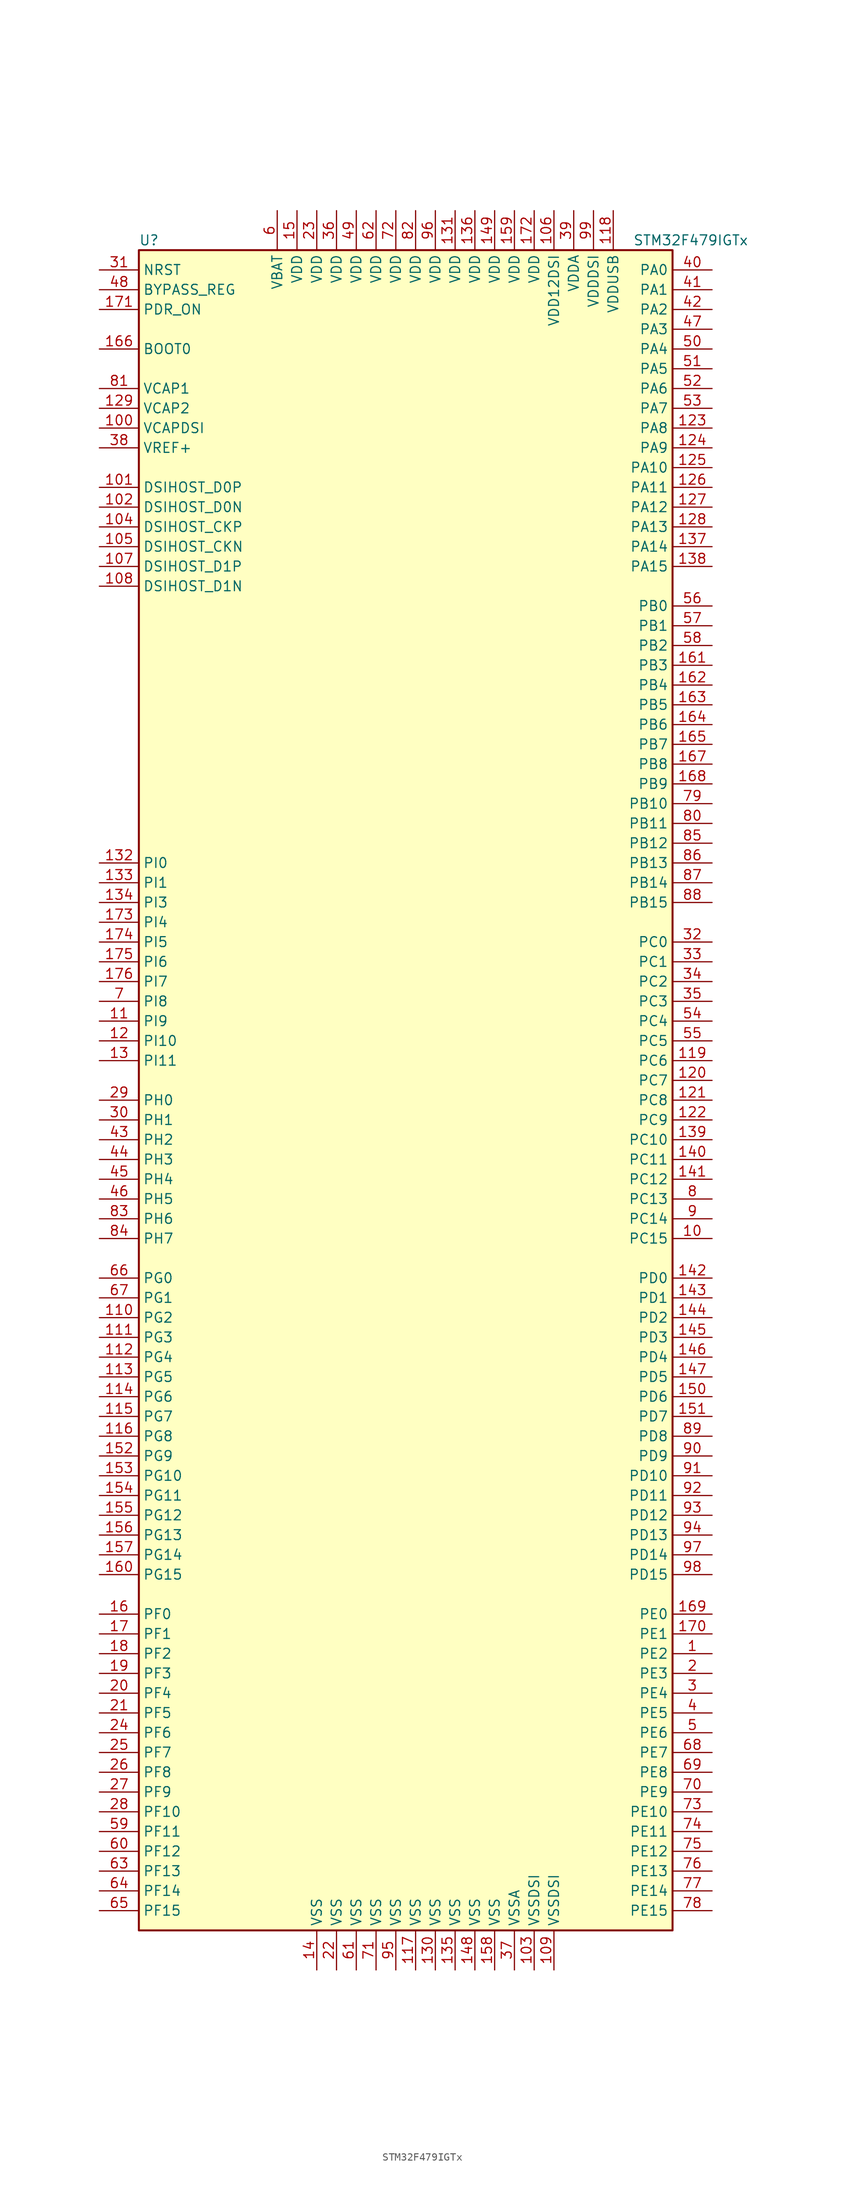
<source format=kicad_sym>
(kicad_symbol_lib
  (version 20220914)
  (generator kicad_symbol_editor)
  (symbol "STM32F479IGTx"
    (property "Reference" "U"
      (at -35.56 107.95 0)
      (effects (font (size 1.27 1.27)) (justify left)))
    (property "Value" "STM32F479IGTx"
      (at 27.94 107.95 0)
      (effects (font (size 1.27 1.27)) (justify left)))
    (symbol "STM32F479IGTx_0_1"
      (rectangle (start -35.56 -109.22) (end 33.02 106.68) (stroke (width 0.254) (type default)) (fill (type background))))
    (symbol "STM32F479IGTx_1_1"
      (pin bidirectional line (at 38.1 -73.66 180) (length 5.08) (name "PE2" (effects (font (size 1.27 1.27)))) (number "1" (effects (font (size 1.27 1.27)))))
      (pin bidirectional line (at 38.1 -20.32 180) (length 5.08) (name "PC15" (effects (font (size 1.27 1.27)))) (number "10" (effects (font (size 1.27 1.27)))))
      (pin power_in line (at -40.64 83.82 0) (length 5.08) (name "VCAPDSI" (effects (font (size 1.27 1.27)))) (number "100" (effects (font (size 1.27 1.27)))))
      (pin bidirectional line (at -40.64 76.2 0) (length 5.08) (name "DSIHOST_D0P" (effects (font (size 1.27 1.27)))) (number "101" (effects (font (size 1.27 1.27)))))
      (pin bidirectional line (at -40.64 73.66 0) (length 5.08) (name "DSIHOST_D0N" (effects (font (size 1.27 1.27)))) (number "102" (effects (font (size 1.27 1.27)))))
      (pin power_in line (at 15.24 -114.3 90) (length 5.08) (name "VSSDSI" (effects (font (size 1.27 1.27)))) (number "103" (effects (font (size 1.27 1.27)))))
      (pin bidirectional line (at -40.64 71.12 0) (length 5.08) (name "DSIHOST_CKP" (effects (font (size 1.27 1.27)))) (number "104" (effects (font (size 1.27 1.27)))))
      (pin bidirectional line (at -40.64 68.58 0) (length 5.08) (name "DSIHOST_CKN" (effects (font (size 1.27 1.27)))) (number "105" (effects (font (size 1.27 1.27)))))
      (pin power_in line (at 17.78 111.76 270) (length 5.08) (name "VDD12DSI" (effects (font (size 1.27 1.27)))) (number "106" (effects (font (size 1.27 1.27)))))
      (pin bidirectional line (at -40.64 66.04 0) (length 5.08) (name "DSIHOST_D1P" (effects (font (size 1.27 1.27)))) (number "107" (effects (font (size 1.27 1.27)))))
      (pin bidirectional line (at -40.64 63.5 0) (length 5.08) (name "DSIHOST_D1N" (effects (font (size 1.27 1.27)))) (number "108" (effects (font (size 1.27 1.27)))))
      (pin power_in line (at 17.78 -114.3 90) (length 5.08) (name "VSSDSI" (effects (font (size 1.27 1.27)))) (number "109" (effects (font (size 1.27 1.27)))))
      (pin bidirectional line (at -40.64 7.62 0) (length 5.08) (name "PI9" (effects (font (size 1.27 1.27)))) (number "11" (effects (font (size 1.27 1.27)))))
      (pin bidirectional line (at -40.64 -30.48 0) (length 5.08) (name "PG2" (effects (font (size 1.27 1.27)))) (number "110" (effects (font (size 1.27 1.27)))))
      (pin bidirectional line (at -40.64 -33.02 0) (length 5.08) (name "PG3" (effects (font (size 1.27 1.27)))) (number "111" (effects (font (size 1.27 1.27)))))
      (pin bidirectional line (at -40.64 -35.56 0) (length 5.08) (name "PG4" (effects (font (size 1.27 1.27)))) (number "112" (effects (font (size 1.27 1.27)))))
      (pin bidirectional line (at -40.64 -38.1 0) (length 5.08) (name "PG5" (effects (font (size 1.27 1.27)))) (number "113" (effects (font (size 1.27 1.27)))))
      (pin bidirectional line (at -40.64 -40.64 0) (length 5.08) (name "PG6" (effects (font (size 1.27 1.27)))) (number "114" (effects (font (size 1.27 1.27)))))
      (pin bidirectional line (at -40.64 -43.18 0) (length 5.08) (name "PG7" (effects (font (size 1.27 1.27)))) (number "115" (effects (font (size 1.27 1.27)))))
      (pin bidirectional line (at -40.64 -45.72 0) (length 5.08) (name "PG8" (effects (font (size 1.27 1.27)))) (number "116" (effects (font (size 1.27 1.27)))))
      (pin power_in line (at 0 -114.3 90) (length 5.08) (name "VSS" (effects (font (size 1.27 1.27)))) (number "117" (effects (font (size 1.27 1.27)))))
      (pin power_in line (at 25.4 111.76 270) (length 5.08) (name "VDDUSB" (effects (font (size 1.27 1.27)))) (number "118" (effects (font (size 1.27 1.27)))))
      (pin bidirectional line (at 38.1 2.54 180) (length 5.08) (name "PC6" (effects (font (size 1.27 1.27)))) (number "119" (effects (font (size 1.27 1.27)))))
      (pin bidirectional line (at -40.64 5.08 0) (length 5.08) (name "PI10" (effects (font (size 1.27 1.27)))) (number "12" (effects (font (size 1.27 1.27)))))
      (pin bidirectional line (at 38.1 0 180) (length 5.08) (name "PC7" (effects (font (size 1.27 1.27)))) (number "120" (effects (font (size 1.27 1.27)))))
      (pin bidirectional line (at 38.1 -2.54 180) (length 5.08) (name "PC8" (effects (font (size 1.27 1.27)))) (number "121" (effects (font (size 1.27 1.27)))))
      (pin bidirectional line (at 38.1 -5.08 180) (length 5.08) (name "PC9" (effects (font (size 1.27 1.27)))) (number "122" (effects (font (size 1.27 1.27)))))
      (pin bidirectional line (at 38.1 83.82 180) (length 5.08) (name "PA8" (effects (font (size 1.27 1.27)))) (number "123" (effects (font (size 1.27 1.27)))))
      (pin bidirectional line (at 38.1 81.28 180) (length 5.08) (name "PA9" (effects (font (size 1.27 1.27)))) (number "124" (effects (font (size 1.27 1.27)))))
      (pin bidirectional line (at 38.1 78.74 180) (length 5.08) (name "PA10" (effects (font (size 1.27 1.27)))) (number "125" (effects (font (size 1.27 1.27)))))
      (pin bidirectional line (at 38.1 76.2 180) (length 5.08) (name "PA11" (effects (font (size 1.27 1.27)))) (number "126" (effects (font (size 1.27 1.27)))))
      (pin bidirectional line (at 38.1 73.66 180) (length 5.08) (name "PA12" (effects (font (size 1.27 1.27)))) (number "127" (effects (font (size 1.27 1.27)))))
      (pin bidirectional line (at 38.1 71.12 180) (length 5.08) (name "PA13" (effects (font (size 1.27 1.27)))) (number "128" (effects (font (size 1.27 1.27)))))
      (pin power_in line (at -40.64 86.36 0) (length 5.08) (name "VCAP2" (effects (font (size 1.27 1.27)))) (number "129" (effects (font (size 1.27 1.27)))))
      (pin bidirectional line (at -40.64 2.54 0) (length 5.08) (name "PI11" (effects (font (size 1.27 1.27)))) (number "13" (effects (font (size 1.27 1.27)))))
      (pin power_in line (at 2.54 -114.3 90) (length 5.08) (name "VSS" (effects (font (size 1.27 1.27)))) (number "130" (effects (font (size 1.27 1.27)))))
      (pin power_in line (at 5.08 111.76 270) (length 5.08) (name "VDD" (effects (font (size 1.27 1.27)))) (number "131" (effects (font (size 1.27 1.27)))))
      (pin bidirectional line (at -40.64 27.94 0) (length 5.08) (name "PI0" (effects (font (size 1.27 1.27)))) (number "132" (effects (font (size 1.27 1.27)))))
      (pin bidirectional line (at -40.64 25.4 0) (length 5.08) (name "PI1" (effects (font (size 1.27 1.27)))) (number "133" (effects (font (size 1.27 1.27)))))
      (pin bidirectional line (at -40.64 22.86 0) (length 5.08) (name "PI3" (effects (font (size 1.27 1.27)))) (number "134" (effects (font (size 1.27 1.27)))))
      (pin power_in line (at 5.08 -114.3 90) (length 5.08) (name "VSS" (effects (font (size 1.27 1.27)))) (number "135" (effects (font (size 1.27 1.27)))))
      (pin power_in line (at 7.62 111.76 270) (length 5.08) (name "VDD" (effects (font (size 1.27 1.27)))) (number "136" (effects (font (size 1.27 1.27)))))
      (pin bidirectional line (at 38.1 68.58 180) (length 5.08) (name "PA14" (effects (font (size 1.27 1.27)))) (number "137" (effects (font (size 1.27 1.27)))))
      (pin bidirectional line (at 38.1 66.04 180) (length 5.08) (name "PA15" (effects (font (size 1.27 1.27)))) (number "138" (effects (font (size 1.27 1.27)))))
      (pin bidirectional line (at 38.1 -7.62 180) (length 5.08) (name "PC10" (effects (font (size 1.27 1.27)))) (number "139" (effects (font (size 1.27 1.27)))))
      (pin power_in line (at -12.7 -114.3 90) (length 5.08) (name "VSS" (effects (font (size 1.27 1.27)))) (number "14" (effects (font (size 1.27 1.27)))))
      (pin bidirectional line (at 38.1 -10.16 180) (length 5.08) (name "PC11" (effects (font (size 1.27 1.27)))) (number "140" (effects (font (size 1.27 1.27)))))
      (pin bidirectional line (at 38.1 -12.7 180) (length 5.08) (name "PC12" (effects (font (size 1.27 1.27)))) (number "141" (effects (font (size 1.27 1.27)))))
      (pin bidirectional line (at 38.1 -25.4 180) (length 5.08) (name "PD0" (effects (font (size 1.27 1.27)))) (number "142" (effects (font (size 1.27 1.27)))))
      (pin bidirectional line (at 38.1 -27.94 180) (length 5.08) (name "PD1" (effects (font (size 1.27 1.27)))) (number "143" (effects (font (size 1.27 1.27)))))
      (pin bidirectional line (at 38.1 -30.48 180) (length 5.08) (name "PD2" (effects (font (size 1.27 1.27)))) (number "144" (effects (font (size 1.27 1.27)))))
      (pin bidirectional line (at 38.1 -33.02 180) (length 5.08) (name "PD3" (effects (font (size 1.27 1.27)))) (number "145" (effects (font (size 1.27 1.27)))))
      (pin bidirectional line (at 38.1 -35.56 180) (length 5.08) (name "PD4" (effects (font (size 1.27 1.27)))) (number "146" (effects (font (size 1.27 1.27)))))
      (pin bidirectional line (at 38.1 -38.1 180) (length 5.08) (name "PD5" (effects (font (size 1.27 1.27)))) (number "147" (effects (font (size 1.27 1.27)))))
      (pin power_in line (at 7.62 -114.3 90) (length 5.08) (name "VSS" (effects (font (size 1.27 1.27)))) (number "148" (effects (font (size 1.27 1.27)))))
      (pin power_in line (at 10.16 111.76 270) (length 5.08) (name "VDD" (effects (font (size 1.27 1.27)))) (number "149" (effects (font (size 1.27 1.27)))))
      (pin power_in line (at -15.24 111.76 270) (length 5.08) (name "VDD" (effects (font (size 1.27 1.27)))) (number "15" (effects (font (size 1.27 1.27)))))
      (pin bidirectional line (at 38.1 -40.64 180) (length 5.08) (name "PD6" (effects (font (size 1.27 1.27)))) (number "150" (effects (font (size 1.27 1.27)))))
      (pin bidirectional line (at 38.1 -43.18 180) (length 5.08) (name "PD7" (effects (font (size 1.27 1.27)))) (number "151" (effects (font (size 1.27 1.27)))))
      (pin bidirectional line (at -40.64 -48.26 0) (length 5.08) (name "PG9" (effects (font (size 1.27 1.27)))) (number "152" (effects (font (size 1.27 1.27)))))
      (pin bidirectional line (at -40.64 -50.8 0) (length 5.08) (name "PG10" (effects (font (size 1.27 1.27)))) (number "153" (effects (font (size 1.27 1.27)))))
      (pin bidirectional line (at -40.64 -53.34 0) (length 5.08) (name "PG11" (effects (font (size 1.27 1.27)))) (number "154" (effects (font (size 1.27 1.27)))))
      (pin bidirectional line (at -40.64 -55.88 0) (length 5.08) (name "PG12" (effects (font (size 1.27 1.27)))) (number "155" (effects (font (size 1.27 1.27)))))
      (pin bidirectional line (at -40.64 -58.42 0) (length 5.08) (name "PG13" (effects (font (size 1.27 1.27)))) (number "156" (effects (font (size 1.27 1.27)))))
      (pin bidirectional line (at -40.64 -60.96 0) (length 5.08) (name "PG14" (effects (font (size 1.27 1.27)))) (number "157" (effects (font (size 1.27 1.27)))))
      (pin power_in line (at 10.16 -114.3 90) (length 5.08) (name "VSS" (effects (font (size 1.27 1.27)))) (number "158" (effects (font (size 1.27 1.27)))))
      (pin power_in line (at 12.7 111.76 270) (length 5.08) (name "VDD" (effects (font (size 1.27 1.27)))) (number "159" (effects (font (size 1.27 1.27)))))
      (pin bidirectional line (at -40.64 -68.58 0) (length 5.08) (name "PF0" (effects (font (size 1.27 1.27)))) (number "16" (effects (font (size 1.27 1.27)))))
      (pin bidirectional line (at -40.64 -63.5 0) (length 5.08) (name "PG15" (effects (font (size 1.27 1.27)))) (number "160" (effects (font (size 1.27 1.27)))))
      (pin bidirectional line (at 38.1 53.34 180) (length 5.08) (name "PB3" (effects (font (size 1.27 1.27)))) (number "161" (effects (font (size 1.27 1.27)))))
      (pin bidirectional line (at 38.1 50.8 180) (length 5.08) (name "PB4" (effects (font (size 1.27 1.27)))) (number "162" (effects (font (size 1.27 1.27)))))
      (pin bidirectional line (at 38.1 48.26 180) (length 5.08) (name "PB5" (effects (font (size 1.27 1.27)))) (number "163" (effects (font (size 1.27 1.27)))))
      (pin bidirectional line (at 38.1 45.72 180) (length 5.08) (name "PB6" (effects (font (size 1.27 1.27)))) (number "164" (effects (font (size 1.27 1.27)))))
      (pin bidirectional line (at 38.1 43.18 180) (length 5.08) (name "PB7" (effects (font (size 1.27 1.27)))) (number "165" (effects (font (size 1.27 1.27)))))
      (pin input line (at -40.64 93.98 0) (length 5.08) (name "BOOT0" (effects (font (size 1.27 1.27)))) (number "166" (effects (font (size 1.27 1.27)))))
      (pin bidirectional line (at 38.1 40.64 180) (length 5.08) (name "PB8" (effects (font (size 1.27 1.27)))) (number "167" (effects (font (size 1.27 1.27)))))
      (pin bidirectional line (at 38.1 38.1 180) (length 5.08) (name "PB9" (effects (font (size 1.27 1.27)))) (number "168" (effects (font (size 1.27 1.27)))))
      (pin bidirectional line (at 38.1 -68.58 180) (length 5.08) (name "PE0" (effects (font (size 1.27 1.27)))) (number "169" (effects (font (size 1.27 1.27)))))
      (pin bidirectional line (at -40.64 -71.12 0) (length 5.08) (name "PF1" (effects (font (size 1.27 1.27)))) (number "17" (effects (font (size 1.27 1.27)))))
      (pin bidirectional line (at 38.1 -71.12 180) (length 5.08) (name "PE1" (effects (font (size 1.27 1.27)))) (number "170" (effects (font (size 1.27 1.27)))))
      (pin input line (at -40.64 99.06 0) (length 5.08) (name "PDR_ON" (effects (font (size 1.27 1.27)))) (number "171" (effects (font (size 1.27 1.27)))))
      (pin power_in line (at 15.24 111.76 270) (length 5.08) (name "VDD" (effects (font (size 1.27 1.27)))) (number "172" (effects (font (size 1.27 1.27)))))
      (pin bidirectional line (at -40.64 20.32 0) (length 5.08) (name "PI4" (effects (font (size 1.27 1.27)))) (number "173" (effects (font (size 1.27 1.27)))))
      (pin bidirectional line (at -40.64 17.78 0) (length 5.08) (name "PI5" (effects (font (size 1.27 1.27)))) (number "174" (effects (font (size 1.27 1.27)))))
      (pin bidirectional line (at -40.64 15.24 0) (length 5.08) (name "PI6" (effects (font (size 1.27 1.27)))) (number "175" (effects (font (size 1.27 1.27)))))
      (pin bidirectional line (at -40.64 12.7 0) (length 5.08) (name "PI7" (effects (font (size 1.27 1.27)))) (number "176" (effects (font (size 1.27 1.27)))))
      (pin bidirectional line (at -40.64 -73.66 0) (length 5.08) (name "PF2" (effects (font (size 1.27 1.27)))) (number "18" (effects (font (size 1.27 1.27)))))
      (pin bidirectional line (at -40.64 -76.2 0) (length 5.08) (name "PF3" (effects (font (size 1.27 1.27)))) (number "19" (effects (font (size 1.27 1.27)))))
      (pin bidirectional line (at 38.1 -76.2 180) (length 5.08) (name "PE3" (effects (font (size 1.27 1.27)))) (number "2" (effects (font (size 1.27 1.27)))))
      (pin bidirectional line (at -40.64 -78.74 0) (length 5.08) (name "PF4" (effects (font (size 1.27 1.27)))) (number "20" (effects (font (size 1.27 1.27)))))
      (pin bidirectional line (at -40.64 -81.28 0) (length 5.08) (name "PF5" (effects (font (size 1.27 1.27)))) (number "21" (effects (font (size 1.27 1.27)))))
      (pin power_in line (at -10.16 -114.3 90) (length 5.08) (name "VSS" (effects (font (size 1.27 1.27)))) (number "22" (effects (font (size 1.27 1.27)))))
      (pin power_in line (at -12.7 111.76 270) (length 5.08) (name "VDD" (effects (font (size 1.27 1.27)))) (number "23" (effects (font (size 1.27 1.27)))))
      (pin bidirectional line (at -40.64 -83.82 0) (length 5.08) (name "PF6" (effects (font (size 1.27 1.27)))) (number "24" (effects (font (size 1.27 1.27)))))
      (pin bidirectional line (at -40.64 -86.36 0) (length 5.08) (name "PF7" (effects (font (size 1.27 1.27)))) (number "25" (effects (font (size 1.27 1.27)))))
      (pin bidirectional line (at -40.64 -88.9 0) (length 5.08) (name "PF8" (effects (font (size 1.27 1.27)))) (number "26" (effects (font (size 1.27 1.27)))))
      (pin bidirectional line (at -40.64 -91.44 0) (length 5.08) (name "PF9" (effects (font (size 1.27 1.27)))) (number "27" (effects (font (size 1.27 1.27)))))
      (pin bidirectional line (at -40.64 -93.98 0) (length 5.08) (name "PF10" (effects (font (size 1.27 1.27)))) (number "28" (effects (font (size 1.27 1.27)))))
      (pin input line (at -40.64 -2.54 0) (length 5.08) (name "PH0" (effects (font (size 1.27 1.27)))) (number "29" (effects (font (size 1.27 1.27)))))
      (pin bidirectional line (at 38.1 -78.74 180) (length 5.08) (name "PE4" (effects (font (size 1.27 1.27)))) (number "3" (effects (font (size 1.27 1.27)))))
      (pin input line (at -40.64 -5.08 0) (length 5.08) (name "PH1" (effects (font (size 1.27 1.27)))) (number "30" (effects (font (size 1.27 1.27)))))
      (pin input line (at -40.64 104.14 0) (length 5.08) (name "NRST" (effects (font (size 1.27 1.27)))) (number "31" (effects (font (size 1.27 1.27)))))
      (pin bidirectional line (at 38.1 17.78 180) (length 5.08) (name "PC0" (effects (font (size 1.27 1.27)))) (number "32" (effects (font (size 1.27 1.27)))))
      (pin bidirectional line (at 38.1 15.24 180) (length 5.08) (name "PC1" (effects (font (size 1.27 1.27)))) (number "33" (effects (font (size 1.27 1.27)))))
      (pin bidirectional line (at 38.1 12.7 180) (length 5.08) (name "PC2" (effects (font (size 1.27 1.27)))) (number "34" (effects (font (size 1.27 1.27)))))
      (pin bidirectional line (at 38.1 10.16 180) (length 5.08) (name "PC3" (effects (font (size 1.27 1.27)))) (number "35" (effects (font (size 1.27 1.27)))))
      (pin power_in line (at -10.16 111.76 270) (length 5.08) (name "VDD" (effects (font (size 1.27 1.27)))) (number "36" (effects (font (size 1.27 1.27)))))
      (pin power_in line (at 12.7 -114.3 90) (length 5.08) (name "VSSA" (effects (font (size 1.27 1.27)))) (number "37" (effects (font (size 1.27 1.27)))))
      (pin power_in line (at -40.64 81.28 0) (length 5.08) (name "VREF+" (effects (font (size 1.27 1.27)))) (number "38" (effects (font (size 1.27 1.27)))))
      (pin power_in line (at 20.32 111.76 270) (length 5.08) (name "VDDA" (effects (font (size 1.27 1.27)))) (number "39" (effects (font (size 1.27 1.27)))))
      (pin bidirectional line (at 38.1 -81.28 180) (length 5.08) (name "PE5" (effects (font (size 1.27 1.27)))) (number "4" (effects (font (size 1.27 1.27)))))
      (pin bidirectional line (at 38.1 104.14 180) (length 5.08) (name "PA0" (effects (font (size 1.27 1.27)))) (number "40" (effects (font (size 1.27 1.27)))))
      (pin bidirectional line (at 38.1 101.6 180) (length 5.08) (name "PA1" (effects (font (size 1.27 1.27)))) (number "41" (effects (font (size 1.27 1.27)))))
      (pin bidirectional line (at 38.1 99.06 180) (length 5.08) (name "PA2" (effects (font (size 1.27 1.27)))) (number "42" (effects (font (size 1.27 1.27)))))
      (pin bidirectional line (at -40.64 -7.62 0) (length 5.08) (name "PH2" (effects (font (size 1.27 1.27)))) (number "43" (effects (font (size 1.27 1.27)))))
      (pin bidirectional line (at -40.64 -10.16 0) (length 5.08) (name "PH3" (effects (font (size 1.27 1.27)))) (number "44" (effects (font (size 1.27 1.27)))))
      (pin bidirectional line (at -40.64 -12.7 0) (length 5.08) (name "PH4" (effects (font (size 1.27 1.27)))) (number "45" (effects (font (size 1.27 1.27)))))
      (pin bidirectional line (at -40.64 -15.24 0) (length 5.08) (name "PH5" (effects (font (size 1.27 1.27)))) (number "46" (effects (font (size 1.27 1.27)))))
      (pin bidirectional line (at 38.1 96.52 180) (length 5.08) (name "PA3" (effects (font (size 1.27 1.27)))) (number "47" (effects (font (size 1.27 1.27)))))
      (pin input line (at -40.64 101.6 0) (length 5.08) (name "BYPASS_REG" (effects (font (size 1.27 1.27)))) (number "48" (effects (font (size 1.27 1.27)))))
      (pin power_in line (at -7.62 111.76 270) (length 5.08) (name "VDD" (effects (font (size 1.27 1.27)))) (number "49" (effects (font (size 1.27 1.27)))))
      (pin bidirectional line (at 38.1 -83.82 180) (length 5.08) (name "PE6" (effects (font (size 1.27 1.27)))) (number "5" (effects (font (size 1.27 1.27)))))
      (pin bidirectional line (at 38.1 93.98 180) (length 5.08) (name "PA4" (effects (font (size 1.27 1.27)))) (number "50" (effects (font (size 1.27 1.27)))))
      (pin bidirectional line (at 38.1 91.44 180) (length 5.08) (name "PA5" (effects (font (size 1.27 1.27)))) (number "51" (effects (font (size 1.27 1.27)))))
      (pin bidirectional line (at 38.1 88.9 180) (length 5.08) (name "PA6" (effects (font (size 1.27 1.27)))) (number "52" (effects (font (size 1.27 1.27)))))
      (pin bidirectional line (at 38.1 86.36 180) (length 5.08) (name "PA7" (effects (font (size 1.27 1.27)))) (number "53" (effects (font (size 1.27 1.27)))))
      (pin bidirectional line (at 38.1 7.62 180) (length 5.08) (name "PC4" (effects (font (size 1.27 1.27)))) (number "54" (effects (font (size 1.27 1.27)))))
      (pin bidirectional line (at 38.1 5.08 180) (length 5.08) (name "PC5" (effects (font (size 1.27 1.27)))) (number "55" (effects (font (size 1.27 1.27)))))
      (pin bidirectional line (at 38.1 60.96 180) (length 5.08) (name "PB0" (effects (font (size 1.27 1.27)))) (number "56" (effects (font (size 1.27 1.27)))))
      (pin bidirectional line (at 38.1 58.42 180) (length 5.08) (name "PB1" (effects (font (size 1.27 1.27)))) (number "57" (effects (font (size 1.27 1.27)))))
      (pin bidirectional line (at 38.1 55.88 180) (length 5.08) (name "PB2" (effects (font (size 1.27 1.27)))) (number "58" (effects (font (size 1.27 1.27)))))
      (pin bidirectional line (at -40.64 -96.52 0) (length 5.08) (name "PF11" (effects (font (size 1.27 1.27)))) (number "59" (effects (font (size 1.27 1.27)))))
      (pin power_in line (at -17.78 111.76 270) (length 5.08) (name "VBAT" (effects (font (size 1.27 1.27)))) (number "6" (effects (font (size 1.27 1.27)))))
      (pin bidirectional line (at -40.64 -99.06 0) (length 5.08) (name "PF12" (effects (font (size 1.27 1.27)))) (number "60" (effects (font (size 1.27 1.27)))))
      (pin power_in line (at -7.62 -114.3 90) (length 5.08) (name "VSS" (effects (font (size 1.27 1.27)))) (number "61" (effects (font (size 1.27 1.27)))))
      (pin power_in line (at -5.08 111.76 270) (length 5.08) (name "VDD" (effects (font (size 1.27 1.27)))) (number "62" (effects (font (size 1.27 1.27)))))
      (pin bidirectional line (at -40.64 -101.6 0) (length 5.08) (name "PF13" (effects (font (size 1.27 1.27)))) (number "63" (effects (font (size 1.27 1.27)))))
      (pin bidirectional line (at -40.64 -104.14 0) (length 5.08) (name "PF14" (effects (font (size 1.27 1.27)))) (number "64" (effects (font (size 1.27 1.27)))))
      (pin bidirectional line (at -40.64 -106.68 0) (length 5.08) (name "PF15" (effects (font (size 1.27 1.27)))) (number "65" (effects (font (size 1.27 1.27)))))
      (pin bidirectional line (at -40.64 -25.4 0) (length 5.08) (name "PG0" (effects (font (size 1.27 1.27)))) (number "66" (effects (font (size 1.27 1.27)))))
      (pin bidirectional line (at -40.64 -27.94 0) (length 5.08) (name "PG1" (effects (font (size 1.27 1.27)))) (number "67" (effects (font (size 1.27 1.27)))))
      (pin bidirectional line (at 38.1 -86.36 180) (length 5.08) (name "PE7" (effects (font (size 1.27 1.27)))) (number "68" (effects (font (size 1.27 1.27)))))
      (pin bidirectional line (at 38.1 -88.9 180) (length 5.08) (name "PE8" (effects (font (size 1.27 1.27)))) (number "69" (effects (font (size 1.27 1.27)))))
      (pin bidirectional line (at -40.64 10.16 0) (length 5.08) (name "PI8" (effects (font (size 1.27 1.27)))) (number "7" (effects (font (size 1.27 1.27)))))
      (pin bidirectional line (at 38.1 -91.44 180) (length 5.08) (name "PE9" (effects (font (size 1.27 1.27)))) (number "70" (effects (font (size 1.27 1.27)))))
      (pin power_in line (at -5.08 -114.3 90) (length 5.08) (name "VSS" (effects (font (size 1.27 1.27)))) (number "71" (effects (font (size 1.27 1.27)))))
      (pin power_in line (at -2.54 111.76 270) (length 5.08) (name "VDD" (effects (font (size 1.27 1.27)))) (number "72" (effects (font (size 1.27 1.27)))))
      (pin bidirectional line (at 38.1 -93.98 180) (length 5.08) (name "PE10" (effects (font (size 1.27 1.27)))) (number "73" (effects (font (size 1.27 1.27)))))
      (pin bidirectional line (at 38.1 -96.52 180) (length 5.08) (name "PE11" (effects (font (size 1.27 1.27)))) (number "74" (effects (font (size 1.27 1.27)))))
      (pin bidirectional line (at 38.1 -99.06 180) (length 5.08) (name "PE12" (effects (font (size 1.27 1.27)))) (number "75" (effects (font (size 1.27 1.27)))))
      (pin bidirectional line (at 38.1 -101.6 180) (length 5.08) (name "PE13" (effects (font (size 1.27 1.27)))) (number "76" (effects (font (size 1.27 1.27)))))
      (pin bidirectional line (at 38.1 -104.14 180) (length 5.08) (name "PE14" (effects (font (size 1.27 1.27)))) (number "77" (effects (font (size 1.27 1.27)))))
      (pin bidirectional line (at 38.1 -106.68 180) (length 5.08) (name "PE15" (effects (font (size 1.27 1.27)))) (number "78" (effects (font (size 1.27 1.27)))))
      (pin bidirectional line (at 38.1 35.56 180) (length 5.08) (name "PB10" (effects (font (size 1.27 1.27)))) (number "79" (effects (font (size 1.27 1.27)))))
      (pin bidirectional line (at 38.1 -15.24 180) (length 5.08) (name "PC13" (effects (font (size 1.27 1.27)))) (number "8" (effects (font (size 1.27 1.27)))))
      (pin bidirectional line (at 38.1 33.02 180) (length 5.08) (name "PB11" (effects (font (size 1.27 1.27)))) (number "80" (effects (font (size 1.27 1.27)))))
      (pin power_in line (at -40.64 88.9 0) (length 5.08) (name "VCAP1" (effects (font (size 1.27 1.27)))) (number "81" (effects (font (size 1.27 1.27)))))
      (pin power_in line (at 0 111.76 270) (length 5.08) (name "VDD" (effects (font (size 1.27 1.27)))) (number "82" (effects (font (size 1.27 1.27)))))
      (pin bidirectional line (at -40.64 -17.78 0) (length 5.08) (name "PH6" (effects (font (size 1.27 1.27)))) (number "83" (effects (font (size 1.27 1.27)))))
      (pin bidirectional line (at -40.64 -20.32 0) (length 5.08) (name "PH7" (effects (font (size 1.27 1.27)))) (number "84" (effects (font (size 1.27 1.27)))))
      (pin bidirectional line (at 38.1 30.48 180) (length 5.08) (name "PB12" (effects (font (size 1.27 1.27)))) (number "85" (effects (font (size 1.27 1.27)))))
      (pin bidirectional line (at 38.1 27.94 180) (length 5.08) (name "PB13" (effects (font (size 1.27 1.27)))) (number "86" (effects (font (size 1.27 1.27)))))
      (pin bidirectional line (at 38.1 25.4 180) (length 5.08) (name "PB14" (effects (font (size 1.27 1.27)))) (number "87" (effects (font (size 1.27 1.27)))))
      (pin bidirectional line (at 38.1 22.86 180) (length 5.08) (name "PB15" (effects (font (size 1.27 1.27)))) (number "88" (effects (font (size 1.27 1.27)))))
      (pin bidirectional line (at 38.1 -45.72 180) (length 5.08) (name "PD8" (effects (font (size 1.27 1.27)))) (number "89" (effects (font (size 1.27 1.27)))))
      (pin bidirectional line (at 38.1 -17.78 180) (length 5.08) (name "PC14" (effects (font (size 1.27 1.27)))) (number "9" (effects (font (size 1.27 1.27)))))
      (pin bidirectional line (at 38.1 -48.26 180) (length 5.08) (name "PD9" (effects (font (size 1.27 1.27)))) (number "90" (effects (font (size 1.27 1.27)))))
      (pin bidirectional line (at 38.1 -50.8 180) (length 5.08) (name "PD10" (effects (font (size 1.27 1.27)))) (number "91" (effects (font (size 1.27 1.27)))))
      (pin bidirectional line (at 38.1 -53.34 180) (length 5.08) (name "PD11" (effects (font (size 1.27 1.27)))) (number "92" (effects (font (size 1.27 1.27)))))
      (pin bidirectional line (at 38.1 -55.88 180) (length 5.08) (name "PD12" (effects (font (size 1.27 1.27)))) (number "93" (effects (font (size 1.27 1.27)))))
      (pin bidirectional line (at 38.1 -58.42 180) (length 5.08) (name "PD13" (effects (font (size 1.27 1.27)))) (number "94" (effects (font (size 1.27 1.27)))))
      (pin power_in line (at -2.54 -114.3 90) (length 5.08) (name "VSS" (effects (font (size 1.27 1.27)))) (number "95" (effects (font (size 1.27 1.27)))))
      (pin power_in line (at 2.54 111.76 270) (length 5.08) (name "VDD" (effects (font (size 1.27 1.27)))) (number "96" (effects (font (size 1.27 1.27)))))
      (pin bidirectional line (at 38.1 -60.96 180) (length 5.08) (name "PD14" (effects (font (size 1.27 1.27)))) (number "97" (effects (font (size 1.27 1.27)))))
      (pin bidirectional line (at 38.1 -63.5 180) (length 5.08) (name "PD15" (effects (font (size 1.27 1.27)))) (number "98" (effects (font (size 1.27 1.27)))))
      (pin power_in line (at 22.86 111.76 270) (length 5.08) (name "VDDDSI" (effects (font (size 1.27 1.27)))) (number "99" (effects (font (size 1.27 1.27))))))))
</source>
